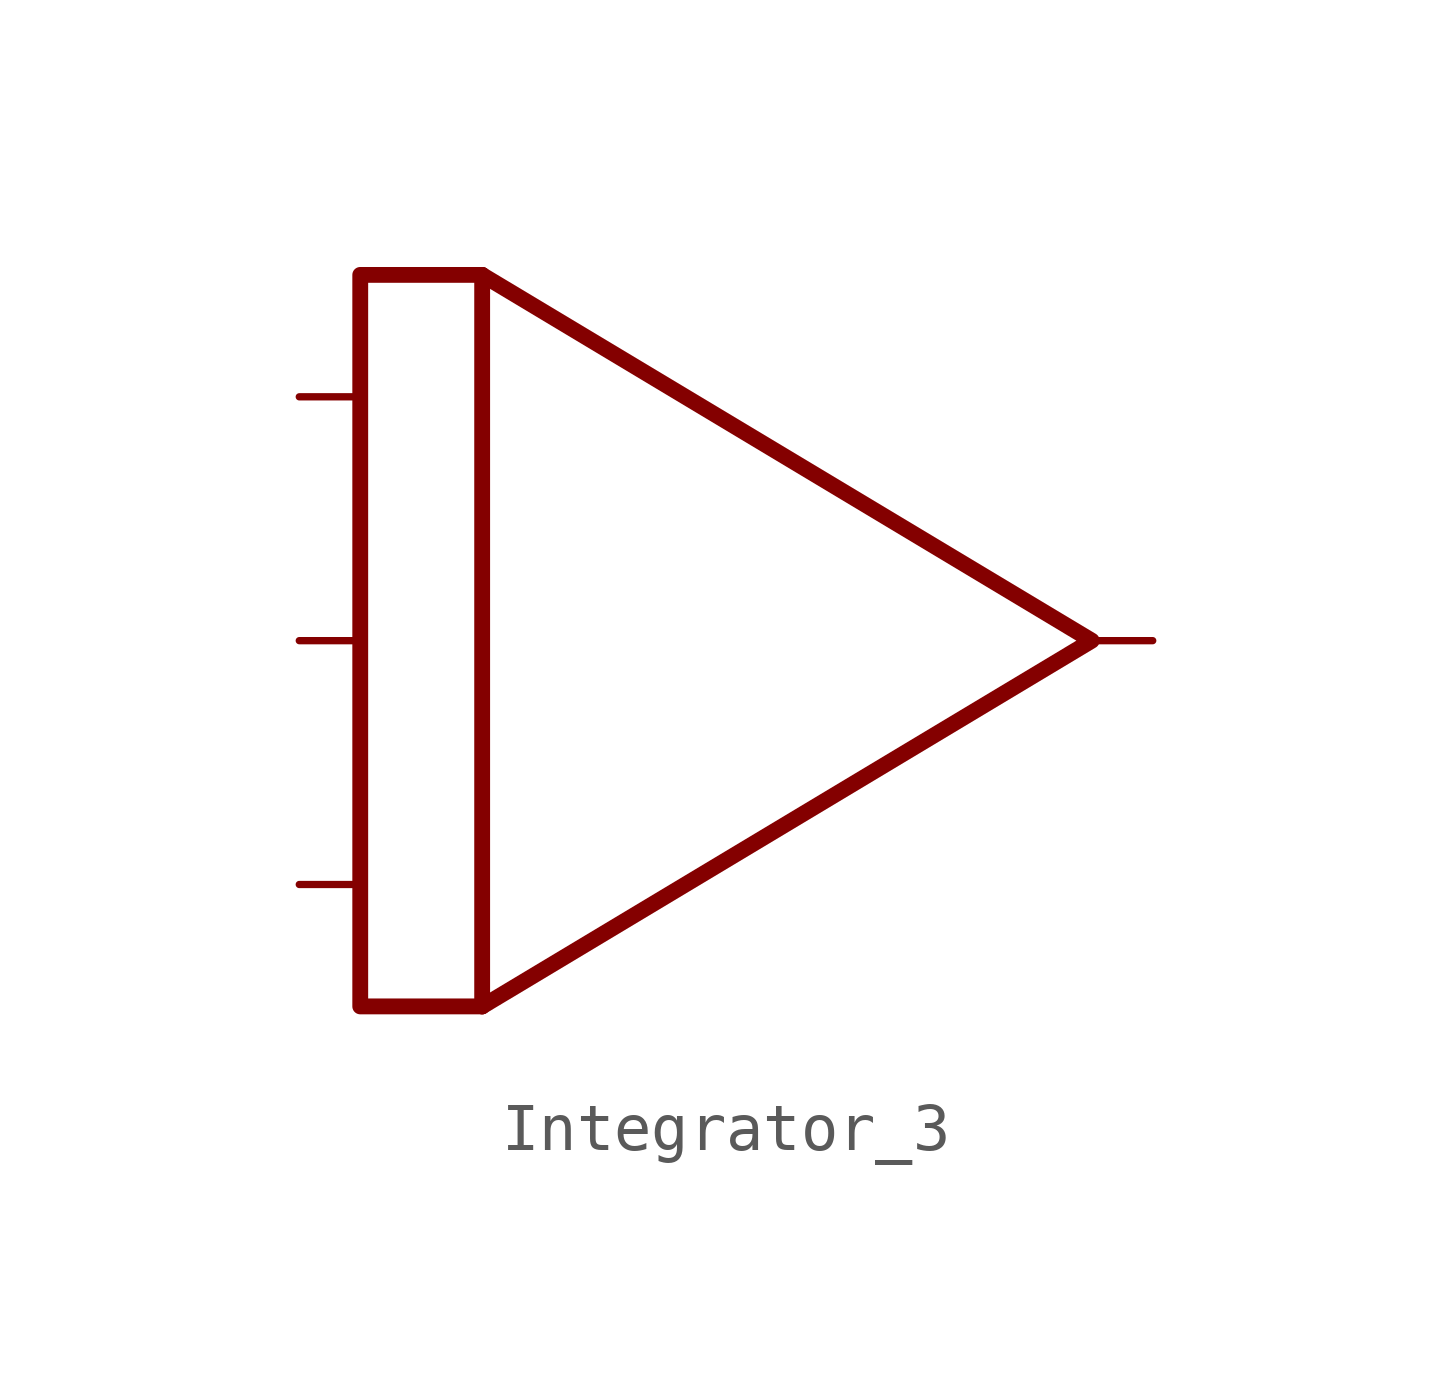
<source format=kicad_sym>
(kicad_symbol_lib
  (version 20211014)
  (generator kicad_symbol_editor)
  (symbol "Integrator_3"
    (property "Reference" "U"
      (at 11.43 10.16 0)
      (effects (font (size 1.27 1.27)) hide))
    (symbol "Integrator_3_0_0"
      (polyline (pts (xy -6.35 7.62) (xy -8.89 7.62) (xy -8.89 -7.62) (xy -6.35 -7.62)) (stroke (width 0.33) (type default) (color 0 0 0 0)) (fill (type none))))
    (symbol "Integrator_3_0_1"
      (polyline (pts (xy -6.35 -7.62) (xy -6.35 7.62)) (stroke (width 0.33) (type default) (color 0 0 0 0)) (fill (type none)))
      (polyline (pts (xy -6.35 7.62) (xy 6.35 0) (xy -6.35 -7.62)) (stroke (width 0.33) (type default) (color 0 0 0 0)) (fill (type none))))
    (symbol "Integrator_3_1_1"
      (pin input line (at -10.16 -5.08 0) (length 1.27) (name "" (effects (font (size 1.27 1.27)))) (number "" (effects (font (size 1.27 1.27)))))
      (pin input line (at -10.16 0 0) (length 1.27) (name "" (effects (font (size 1.27 1.27)))) (number "" (effects (font (size 1.27 1.27)))))
      (pin input line (at -10.16 5.08 0) (length 1.27) (name "" (effects (font (size 1.27 1.27)))) (number "" (effects (font (size 1.27 1.27)))))
      (pin output line (at 7.62 0 180) (length 1.27) (name "" (effects (font (size 1.27 1.27)))) (number "" (effects (font (size 1.27 1.27))))))))
</source>
